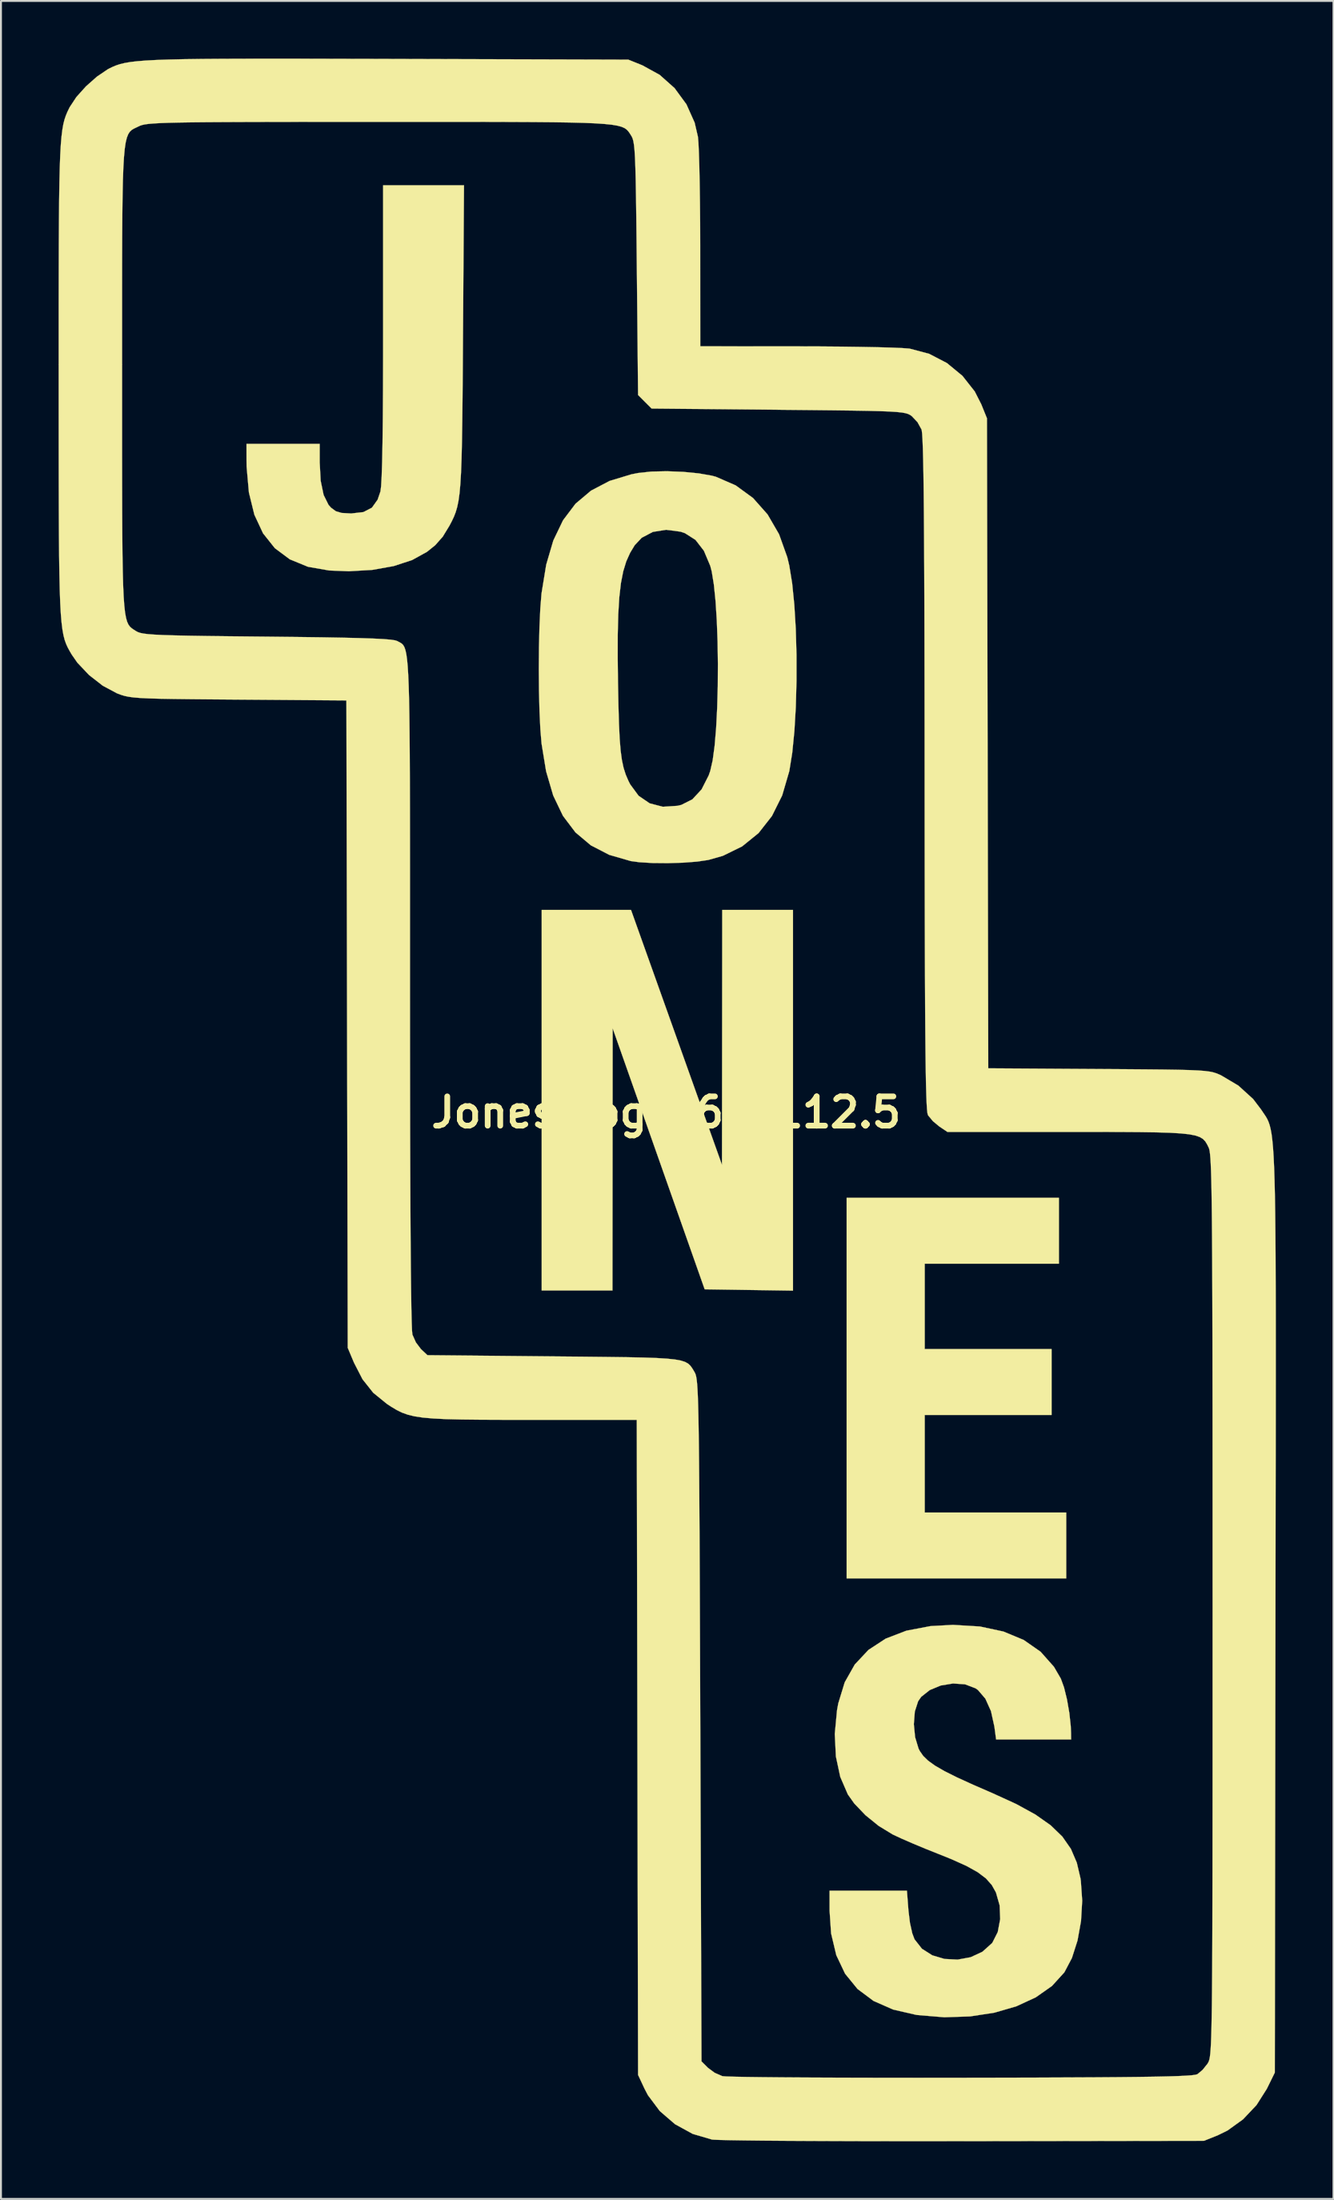
<source format=kicad_pcb>
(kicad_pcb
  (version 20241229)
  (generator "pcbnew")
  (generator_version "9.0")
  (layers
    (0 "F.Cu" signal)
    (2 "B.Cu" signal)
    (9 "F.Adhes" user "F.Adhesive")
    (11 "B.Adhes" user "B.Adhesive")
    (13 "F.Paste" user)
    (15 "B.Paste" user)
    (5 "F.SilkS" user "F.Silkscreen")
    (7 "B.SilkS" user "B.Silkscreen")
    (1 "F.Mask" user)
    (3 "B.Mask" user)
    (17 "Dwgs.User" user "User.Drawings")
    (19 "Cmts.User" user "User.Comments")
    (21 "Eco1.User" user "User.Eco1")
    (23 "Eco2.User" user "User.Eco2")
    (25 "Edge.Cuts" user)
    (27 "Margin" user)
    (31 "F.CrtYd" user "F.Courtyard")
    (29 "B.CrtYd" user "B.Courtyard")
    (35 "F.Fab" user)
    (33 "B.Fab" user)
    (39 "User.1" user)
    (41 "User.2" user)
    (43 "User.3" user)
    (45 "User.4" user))
  (footprint "Jones_logo_66x112.5"
    (layer "F.Cu")
    (at 31.626 54.855)
    (property "Reference" "Jones_logo_66x112.5" (at 0 0 0) (layer "F.SilkS") (effects (font (size 1.524 1.524) (thickness 0.3))))
    (attr through_hole)
    (fp_poly (pts (xy 20.447 7.874) (xy 13.462 7.874) (xy 13.462 12.319) (xy 20.066 12.319) (xy 20.066 15.748) (xy 13.462 15.748) (xy 13.462 20.828) (xy 20.828 20.828) (xy 20.828 24.257) (xy 9.398 24.257) (xy 9.398 4.445) (xy 20.447 4.445) (xy 20.447 7.874)) (stroke (width 0.01) (type solid)) (fill yes) (layer "F.SilkS"))
    (fp_poly (pts (xy 2.908 2.731) (xy 2.915 -3.905) (xy 2.921 -10.541) (xy 6.604 -10.541) (xy 6.604 9.277) (xy 4.305 9.242) (xy 2.007 9.207) (xy -0.388 2.413) (xy -2.783 -4.381) (xy -2.794 9.271) (xy -6.477 9.271) (xy -6.477 -10.541) (xy -1.828 -10.541) (xy 2.908 2.731)) (stroke (width 0.01) (type solid)) (fill yes) (layer "F.SilkS"))
    (fp_poly (pts (xy -10.575 -40.354) (xy -10.586 -38.664) (xy -10.598 -37.208) (xy -10.612 -35.965) (xy -10.628 -34.915) (xy -10.649 -34.037) (xy -10.676 -33.311) (xy -10.711 -32.717) (xy -10.754 -32.234) (xy -10.808 -31.841) (xy -10.874 -31.52) (xy -10.953 -31.248) (xy -11.047 -31.006) (xy -11.157 -30.773) (xy -11.277 -30.544) (xy -11.629 -29.967) (xy -12.017 -29.528) (xy -12.446 -29.182) (xy -13.22 -28.754) (xy -14.185 -28.438) (xy -15.298 -28.24) (xy -16.517 -28.169) (xy -17.536 -28.209) (xy -18.644 -28.402) (xy -19.589 -28.79) (xy -20.368 -29.37) (xy -20.983 -30.144) (xy -21.434 -31.111) (xy -21.719 -32.27) (xy -21.839 -33.622) (xy -21.843 -33.941) (xy -21.844 -34.798) (xy -18.034 -34.798) (xy -18.034 -33.838) (xy -17.983 -32.878) (xy -17.83 -32.142) (xy -17.572 -31.622) (xy -17.44 -31.475) (xy -17.195 -31.295) (xy -16.892 -31.205) (xy -16.44 -31.179) (xy -16.383 -31.178) (xy -15.759 -31.249) (xy -15.316 -31.478) (xy -15.018 -31.895) (xy -14.871 -32.325) (xy -14.837 -32.592) (xy -14.808 -33.103) (xy -14.783 -33.859) (xy -14.763 -34.862) (xy -14.748 -36.112) (xy -14.738 -37.613) (xy -14.733 -39.364) (xy -14.732 -40.569) (xy -14.732 -48.26) (xy -10.522 -48.26) (xy -10.575 -40.354)) (stroke (width 0.01) (type solid)) (fill yes) (layer "F.SilkS"))
    (fp_poly (pts (xy 0.891 -33.343) (xy 1.701 -33.264) (xy 2.382 -33.144) (xy 2.593 -33.087) (xy 3.626 -32.637) (xy 4.527 -31.978) (xy 5.282 -31.126) (xy 5.88 -30.095) (xy 6.307 -28.901) (xy 6.411 -28.466) (xy 6.561 -27.544) (xy 6.673 -26.426) (xy 6.749 -25.168) (xy 6.787 -23.826) (xy 6.787 -22.455) (xy 6.751 -21.11) (xy 6.677 -19.848) (xy 6.566 -18.724) (xy 6.417 -17.793) (xy 6.411 -17.762) (xy 6.043 -16.503) (xy 5.508 -15.428) (xy 4.811 -14.54) (xy 3.957 -13.848) (xy 2.953 -13.356) (xy 2.195 -13.141) (xy 1.619 -13.056) (xy 0.888 -13) (xy 0.087 -12.975) (xy -0.702 -12.982) (xy -1.394 -13.023) (xy -1.841 -13.084) (xy -2.962 -13.408) (xy -3.919 -13.903) (xy -4.72 -14.577) (xy -5.371 -15.438) (xy -5.878 -16.496) (xy -6.248 -17.758) (xy -6.484 -19.197) (xy -6.546 -19.943) (xy -6.591 -20.88) (xy -6.618 -21.944) (xy -6.627 -23.074) (xy -6.623 -23.597) (xy -2.52 -23.597) (xy -2.506 -22.381) (xy -2.483 -21.197) (xy -2.455 -20.234) (xy -2.419 -19.459) (xy -2.369 -18.84) (xy -2.302 -18.343) (xy -2.215 -17.936) (xy -2.103 -17.586) (xy -1.963 -17.26) (xy -1.873 -17.081) (xy -1.433 -16.482) (xy -0.856 -16.088) (xy -0.171 -15.91) (xy 0.597 -15.961) (xy 0.793 -16.008) (xy 1.366 -16.297) (xy 1.845 -16.813) (xy 2.216 -17.542) (xy 2.299 -17.78) (xy 2.424 -18.331) (xy 2.526 -19.091) (xy 2.604 -20.017) (xy 2.658 -21.065) (xy 2.689 -22.192) (xy 2.696 -23.353) (xy 2.679 -24.505) (xy 2.638 -25.605) (xy 2.574 -26.609) (xy 2.486 -27.474) (xy 2.375 -28.155) (xy 2.299 -28.448) (xy 1.966 -29.237) (xy 1.529 -29.802) (xy 0.978 -30.153) (xy 0.751 -30.229) (xy -0.002 -30.328) (xy -0.69 -30.218) (xy -1.27 -29.913) (xy -1.635 -29.525) (xy -1.877 -29.124) (xy -2.076 -28.68) (xy -2.233 -28.165) (xy -2.353 -27.553) (xy -2.438 -26.817) (xy -2.492 -25.93) (xy -2.519 -24.866) (xy -2.52 -23.597) (xy -6.623 -23.597) (xy -6.619 -24.206) (xy -6.593 -25.278) (xy -6.549 -26.227) (xy -6.488 -26.991) (xy -6.482 -27.04) (xy -6.242 -28.512) (xy -5.872 -29.77) (xy -5.366 -30.824) (xy -4.715 -31.686) (xy -3.91 -32.365) (xy -2.944 -32.871) (xy -1.808 -33.215) (xy -1.444 -33.286) (xy -0.769 -33.358) (xy 0.038 -33.376) (xy 0.891 -33.343)) (stroke (width 0.01) (type solid)) (fill yes) (layer "F.SilkS"))
    (fp_poly (pts (xy 16.331 26.759) (xy 17.56 27.022) (xy 18.616 27.461) (xy 19.494 28.074) (xy 20.189 28.857) (xy 20.548 29.474) (xy 20.715 29.934) (xy 20.868 30.56) (xy 20.99 31.261) (xy 21.064 31.949) (xy 21.078 32.29) (xy 21.082 32.639) (xy 17.178 32.639) (xy 17.089 31.972) (xy 16.911 31.164) (xy 16.618 30.515) (xy 16.23 30.063) (xy 16.106 29.976) (xy 15.561 29.769) (xy 14.936 29.726) (xy 14.301 29.83) (xy 13.726 30.067) (xy 13.28 30.419) (xy 13.118 30.652) (xy 12.946 31.188) (xy 12.895 31.845) (xy 12.961 32.52) (xy 13.14 33.113) (xy 13.204 33.239) (xy 13.381 33.494) (xy 13.636 33.742) (xy 13.995 34.001) (xy 14.485 34.285) (xy 15.134 34.61) (xy 15.968 34.991) (xy 16.995 35.438) (xy 18.224 36) (xy 19.223 36.548) (xy 20.016 37.106) (xy 20.625 37.695) (xy 21.072 38.337) (xy 21.379 39.054) (xy 21.57 39.87) (xy 21.589 39.998) (xy 21.66 41.031) (xy 21.599 42.089) (xy 21.416 43.106) (xy 21.125 44.015) (xy 20.736 44.753) (xy 20.727 44.766) (xy 20.086 45.471) (xy 19.245 46.062) (xy 18.234 46.529) (xy 17.083 46.863) (xy 15.821 47.056) (xy 14.481 47.1) (xy 13.091 46.985) (xy 13.022 46.976) (xy 11.817 46.699) (xy 10.797 46.25) (xy 9.963 45.627) (xy 9.317 44.834) (xy 8.859 43.87) (xy 8.589 42.737) (xy 8.51 41.561) (xy 8.509 40.513) (xy 12.535 40.513) (xy 12.615 41.548) (xy 12.693 42.188) (xy 12.814 42.731) (xy 12.93 43.04) (xy 13.317 43.534) (xy 13.856 43.876) (xy 14.494 44.065) (xy 15.177 44.099) (xy 15.851 43.975) (xy 16.464 43.691) (xy 16.962 43.245) (xy 16.988 43.21) (xy 17.264 42.663) (xy 17.391 41.99) (xy 17.362 41.276) (xy 17.171 40.607) (xy 17.17 40.603) (xy 16.952 40.215) (xy 16.646 39.871) (xy 16.219 39.548) (xy 15.635 39.223) (xy 14.862 38.875) (xy 14.199 38.608) (xy 13.515 38.335) (xy 12.841 38.054) (xy 12.249 37.796) (xy 11.815 37.594) (xy 11.784 37.578) (xy 11.065 37.139) (xy 10.376 36.581) (xy 9.795 35.973) (xy 9.46 35.501) (xy 9.066 34.59) (xy 8.838 33.527) (xy 8.78 32.353) (xy 8.897 31.113) (xy 8.962 30.76) (xy 9.297 29.665) (xy 9.821 28.737) (xy 10.533 27.978) (xy 11.429 27.392) (xy 12.507 26.978) (xy 13.765 26.739) (xy 14.934 26.675) (xy 16.331 26.759)) (stroke (width 0.01) (type solid)) (fill yes) (layer "F.SilkS"))
    (fp_poly (pts (xy -18.671 -54.849) (xy -16.783 -54.844) (xy -14.659 -54.839) (xy -14.415 -54.838) (xy -1.968 -54.8) (xy -1.239 -54.506) (xy -0.336 -54.009) (xy 0.44 -53.318) (xy 1.058 -52.475) (xy 1.485 -51.521) (xy 1.656 -50.783) (xy 1.682 -50.476) (xy 1.706 -49.948) (xy 1.728 -49.232) (xy 1.746 -48.362) (xy 1.761 -47.369) (xy 1.771 -46.288) (xy 1.775 -45.15) (xy 1.775 -44.926) (xy 1.778 -39.878) (xy 6.826 -39.875) (xy 7.97 -39.872) (xy 9.065 -39.863) (xy 10.078 -39.849) (xy 10.975 -39.832) (xy 11.723 -39.811) (xy 12.29 -39.787) (xy 12.643 -39.761) (xy 12.683 -39.756) (xy 13.692 -39.488) (xy 14.619 -39.006) (xy 15.425 -38.341) (xy 16.067 -37.527) (xy 16.406 -36.861) (xy 16.701 -36.132) (xy 16.735 -19.214) (xy 16.769 -2.296) (xy 22.513 -2.259) (xy 23.871 -2.25) (xy 24.999 -2.241) (xy 25.921 -2.232) (xy 26.662 -2.22) (xy 27.246 -2.204) (xy 27.697 -2.184) (xy 28.04 -2.158) (xy 28.298 -2.124) (xy 28.496 -2.082) (xy 28.658 -2.031) (xy 28.808 -1.968) (xy 28.882 -1.934) (xy 29.789 -1.396) (xy 30.557 -0.698) (xy 30.967 -0.159) (xy 31.061 -0.019) (xy 31.146 0.106) (xy 31.225 0.225) (xy 31.296 0.351) (xy 31.361 0.494) (xy 31.419 0.665) (xy 31.471 0.875) (xy 31.518 1.134) (xy 31.558 1.454) (xy 31.594 1.845) (xy 31.625 2.319) (xy 31.651 2.886) (xy 31.673 3.557) (xy 31.692 4.342) (xy 31.706 5.254) (xy 31.717 6.303) (xy 31.726 7.499) (xy 31.731 8.854) (xy 31.735 10.378) (xy 31.736 12.082) (xy 31.736 13.978) (xy 31.734 16.075) (xy 31.731 18.386) (xy 31.727 20.921) (xy 31.723 23.69) (xy 31.72 25.984) (xy 31.686 49.98) (xy 31.271 50.825) (xy 30.735 51.67) (xy 30.032 52.413) (xy 29.225 52.995) (xy 28.733 53.236) (xy 28.003 53.531) (xy 15.494 53.55) (xy 13.72 53.551) (xy 12.009 53.551) (xy 10.379 53.549) (xy 8.848 53.544) (xy 7.436 53.538) (xy 6.159 53.531) (xy 5.036 53.522) (xy 4.086 53.511) (xy 3.327 53.499) (xy 2.777 53.486) (xy 2.453 53.472) (xy 2.385 53.465) (xy 1.382 53.171) (xy 0.462 52.666) (xy -0.329 51.983) (xy -0.947 51.158) (xy -1.121 50.825) (xy -1.46 50.102) (xy -1.494 33.052) (xy -1.527 16.002) (xy -7.027 16.002) (xy -8.454 16.001) (xy -9.652 15.996) (xy -10.647 15.985) (xy -11.463 15.965) (xy -12.127 15.932) (xy -12.662 15.885) (xy -13.094 15.82) (xy -13.449 15.734) (xy -13.752 15.625) (xy -14.027 15.49) (xy -14.301 15.326) (xy -14.541 15.168) (xy -15.249 14.591) (xy -15.805 13.889) (xy -16.249 13.026) (xy -16.573 12.255) (xy -16.643 -21.446) (xy -22.26 -21.489) (xy -23.602 -21.5) (xy -24.715 -21.51) (xy -25.625 -21.521) (xy -26.355 -21.534) (xy -26.931 -21.551) (xy -27.378 -21.573) (xy -27.721 -21.601) (xy -27.985 -21.637) (xy -28.194 -21.681) (xy -28.375 -21.736) (xy -28.551 -21.802) (xy -28.601 -21.822) (xy -29.328 -22.212) (xy -30.04 -22.767) (xy -30.649 -23.41) (xy -30.947 -23.84) (xy -31.055 -24.026) (xy -31.151 -24.203) (xy -31.235 -24.387) (xy -31.309 -24.594) (xy -31.372 -24.84) (xy -31.426 -25.139) (xy -31.472 -25.509) (xy -31.51 -25.964) (xy -31.541 -26.52) (xy -31.565 -27.192) (xy -31.584 -27.997) (xy -31.598 -28.951) (xy -31.608 -30.067) (xy -31.614 -31.364) (xy -31.618 -32.855) (xy -31.62 -34.557) (xy -31.621 -36.485) (xy -31.621 -38.125) (xy -31.621 -40.233) (xy -31.621 -40.917) (xy -28.321 -40.917) (xy -28.321 -38.923) (xy -28.321 -38.191) (xy -28.321 -36.119) (xy -28.321 -34.286) (xy -28.319 -32.677) (xy -28.316 -31.276) (xy -28.31 -30.068) (xy -28.3 -29.038) (xy -28.285 -28.172) (xy -28.266 -27.453) (xy -28.24 -26.867) (xy -28.207 -26.398) (xy -28.167 -26.031) (xy -28.117 -25.752) (xy -28.059 -25.544) (xy -27.99 -25.393) (xy -27.91 -25.284) (xy -27.818 -25.201) (xy -27.714 -25.129) (xy -27.607 -25.061) (xy -27.513 -25.008) (xy -27.389 -24.964) (xy -27.214 -24.927) (xy -26.966 -24.896) (xy -26.623 -24.87) (xy -26.164 -24.848) (xy -25.568 -24.83) (xy -24.812 -24.814) (xy -23.876 -24.799) (xy -22.737 -24.785) (xy -21.375 -24.771) (xy -20.77 -24.765) (xy -19.223 -24.748) (xy -17.913 -24.731) (xy -16.824 -24.711) (xy -15.939 -24.69) (xy -15.241 -24.666) (xy -14.714 -24.639) (xy -14.342 -24.608) (xy -14.107 -24.573) (xy -14.003 -24.539) (xy -13.91 -24.49) (xy -13.826 -24.446) (xy -13.751 -24.394) (xy -13.684 -24.323) (xy -13.624 -24.218) (xy -13.572 -24.069) (xy -13.526 -23.862) (xy -13.487 -23.584) (xy -13.453 -23.224) (xy -13.425 -22.768) (xy -13.401 -22.204) (xy -13.382 -21.52) (xy -13.367 -20.703) (xy -13.356 -19.74) (xy -13.347 -18.619) (xy -13.341 -17.327) (xy -13.337 -15.852) (xy -13.335 -14.181) (xy -13.334 -12.301) (xy -13.334 -10.201) (xy -13.334 -7.867) (xy -13.334 -6.261) (xy -13.333 -3.592) (xy -13.33 -1.121) (xy -13.326 1.147) (xy -13.319 3.206) (xy -13.311 5.051) (xy -13.301 6.677) (xy -13.29 8.08) (xy -13.276 9.254) (xy -13.262 10.194) (xy -13.245 10.896) (xy -13.228 11.354) (xy -13.208 11.563) (xy -13.207 11.566) (xy -13.026 11.971) (xy -12.763 12.32) (xy -12.754 12.328) (xy -12.426 12.636) (xy -5.864 12.7) (xy -4.368 12.714) (xy -3.105 12.728) (xy -2.054 12.742) (xy -1.194 12.76) (xy -0.503 12.784) (xy 0.039 12.817) (xy 0.454 12.86) (xy 0.763 12.916) (xy 0.986 12.987) (xy 1.146 13.076) (xy 1.263 13.185) (xy 1.358 13.316) (xy 1.452 13.472) (xy 1.477 13.515) (xy 1.511 13.577) (xy 1.541 13.658) (xy 1.568 13.769) (xy 1.592 13.923) (xy 1.614 14.134) (xy 1.633 14.413) (xy 1.651 14.774) (xy 1.666 15.229) (xy 1.68 15.791) (xy 1.692 16.472) (xy 1.704 17.285) (xy 1.714 18.243) (xy 1.723 19.358) (xy 1.731 20.643) (xy 1.74 22.111) (xy 1.748 23.775) (xy 1.756 25.646) (xy 1.764 27.738) (xy 1.772 30.064) (xy 1.778 31.652) (xy 1.841 49.397) (xy 2.175 49.73) (xy 2.528 49.991) (xy 2.923 50.163) (xy 2.937 50.166) (xy 3.123 50.181) (xy 3.546 50.194) (xy 4.186 50.207) (xy 5.025 50.218) (xy 6.044 50.228) (xy 7.226 50.236) (xy 8.552 50.242) (xy 10.003 50.247) (xy 11.562 50.25) (xy 13.21 50.251) (xy 14.928 50.249) (xy 15.367 50.249) (xy 17.456 50.245) (xy 19.304 50.24) (xy 20.926 50.233) (xy 22.334 50.226) (xy 23.543 50.217) (xy 24.566 50.206) (xy 25.416 50.193) (xy 26.107 50.178) (xy 26.653 50.161) (xy 27.068 50.141) (xy 27.364 50.119) (xy 27.556 50.093) (xy 27.657 50.064) (xy 27.661 50.062) (xy 27.928 49.838) (xy 28.183 49.518) (xy 28.2 49.49) (xy 28.23 49.436) (xy 28.258 49.371) (xy 28.283 49.282) (xy 28.306 49.161) (xy 28.327 48.994) (xy 28.345 48.772) (xy 28.362 48.483) (xy 28.376 48.116) (xy 28.389 47.661) (xy 28.4 47.106) (xy 28.41 46.441) (xy 28.418 45.654) (xy 28.425 44.734) (xy 28.431 43.671) (xy 28.436 42.453) (xy 28.439 41.07) (xy 28.442 39.51) (xy 28.444 37.763) (xy 28.446 35.817) (xy 28.447 33.662) (xy 28.447 31.286) (xy 28.447 28.679) (xy 28.448 25.83) (xy 28.448 25.673) (xy 28.447 22.789) (xy 28.447 20.149) (xy 28.446 17.741) (xy 28.445 15.554) (xy 28.442 13.579) (xy 28.44 11.803) (xy 28.436 10.217) (xy 28.431 8.809) (xy 28.426 7.569) (xy 28.419 6.486) (xy 28.411 5.549) (xy 28.402 4.747) (xy 28.392 4.069) (xy 28.38 3.506) (xy 28.366 3.045) (xy 28.351 2.677) (xy 28.334 2.389) (xy 28.315 2.173) (xy 28.295 2.016) (xy 28.272 1.908) (xy 28.248 1.839) (xy 28.161 1.661) (xy 28.068 1.51) (xy 27.95 1.385) (xy 27.784 1.283) (xy 27.551 1.202) (xy 27.228 1.139) (xy 26.796 1.093) (xy 26.232 1.059) (xy 25.517 1.038) (xy 24.629 1.025) (xy 23.547 1.018) (xy 22.251 1.016) (xy 20.923 1.016) (xy 14.643 1.016) (xy 14.213 0.726) (xy 13.891 0.458) (xy 13.651 0.17) (xy 13.624 0.123) (xy 13.601 0.027) (xy 13.58 -0.172) (xy 13.561 -0.484) (xy 13.544 -0.92) (xy 13.528 -1.491) (xy 13.515 -2.207) (xy 13.503 -3.078) (xy 13.493 -4.116) (xy 13.484 -5.331) (xy 13.477 -6.734) (xy 13.471 -8.334) (xy 13.466 -10.143) (xy 13.462 -12.172) (xy 13.459 -14.43) (xy 13.457 -16.929) (xy 13.457 -17.653) (xy 13.455 -20.271) (xy 13.452 -22.644) (xy 13.448 -24.783) (xy 13.443 -26.696) (xy 13.436 -28.393) (xy 13.428 -29.883) (xy 13.419 -31.176) (xy 13.408 -32.282) (xy 13.396 -33.21) (xy 13.381 -33.969) (xy 13.365 -34.569) (xy 13.347 -35.02) (xy 13.328 -35.33) (xy 13.306 -35.51) (xy 13.296 -35.548) (xy 13.085 -35.93) (xy 12.789 -36.244) (xy 12.786 -36.247) (xy 12.7 -36.306) (xy 12.6 -36.356) (xy 12.465 -36.397) (xy 12.274 -36.432) (xy 12.004 -36.46) (xy 11.634 -36.484) (xy 11.143 -36.503) (xy 10.51 -36.519) (xy 9.712 -36.533) (xy 8.729 -36.546) (xy 7.538 -36.559) (xy 6.119 -36.573) (xy 5.836 -36.576) (xy -0.757 -36.639) (xy -1.109 -36.991) (xy -1.46 -37.343) (xy -1.524 -43.919) (xy -1.539 -45.387) (xy -1.553 -46.622) (xy -1.567 -47.646) (xy -1.582 -48.481) (xy -1.599 -49.147) (xy -1.619 -49.666) (xy -1.642 -50.059) (xy -1.671 -50.349) (xy -1.705 -50.555) (xy -1.745 -50.7) (xy -1.793 -50.805) (xy -1.82 -50.848) (xy -1.894 -50.965) (xy -1.967 -51.068) (xy -2.052 -51.159) (xy -2.164 -51.238) (xy -2.32 -51.306) (xy -2.533 -51.363) (xy -2.82 -51.412) (xy -3.196 -51.451) (xy -3.675 -51.484) (xy -4.273 -51.509) (xy -5.005 -51.528) (xy -5.886 -51.542) (xy -6.931 -51.551) (xy -8.156 -51.557) (xy -9.576 -51.561) (xy -11.206 -51.562) (xy -13.06 -51.562) (xy -14.95 -51.562) (xy -16.976 -51.562) (xy -18.764 -51.561) (xy -20.329 -51.559) (xy -21.687 -51.556) (xy -22.852 -51.551) (xy -23.842 -51.545) (xy -24.67 -51.537) (xy -25.354 -51.526) (xy -25.908 -51.513) (xy -26.348 -51.497) (xy -26.689 -51.477) (xy -26.947 -51.455) (xy -27.138 -51.429) (xy -27.277 -51.398) (xy -27.379 -51.364) (xy -27.432 -51.34) (xy -27.577 -51.271) (xy -27.706 -51.21) (xy -27.819 -51.141) (xy -27.917 -51.05) (xy -28.001 -50.92) (xy -28.073 -50.737) (xy -28.134 -50.486) (xy -28.183 -50.152) (xy -28.223 -49.72) (xy -28.255 -49.174) (xy -28.279 -48.5) (xy -28.296 -47.683) (xy -28.308 -46.707) (xy -28.316 -45.557) (xy -28.32 -44.219) (xy -28.321 -42.678) (xy -28.321 -40.917) (xy -31.621 -40.917) (xy -31.621 -42.103) (xy -31.618 -43.75) (xy -31.614 -45.19) (xy -31.607 -46.439) (xy -31.597 -47.513) (xy -31.583 -48.427) (xy -31.564 -49.198) (xy -31.54 -49.84) (xy -31.51 -50.371) (xy -31.473 -50.805) (xy -31.429 -51.158) (xy -31.378 -51.446) (xy -31.318 -51.684) (xy -31.248 -51.89) (xy -31.17 -52.077) (xy -31.08 -52.263) (xy -31.048 -52.327) (xy -30.701 -52.853) (xy -30.202 -53.409) (xy -29.629 -53.917) (xy -29.062 -54.301) (xy -28.993 -54.337) (xy -28.816 -54.423) (xy -28.633 -54.5) (xy -28.428 -54.567) (xy -28.186 -54.625) (xy -27.891 -54.676) (xy -27.528 -54.718) (xy -27.082 -54.754) (xy -26.538 -54.783) (xy -25.879 -54.806) (xy -25.091 -54.824) (xy -24.158 -54.837) (xy -23.065 -54.845) (xy -21.796 -54.849) (xy -20.336 -54.85) (xy -18.671 -54.849)) (stroke (width 0.01) (type solid)) (fill yes) (layer "F.SilkS")))
  (gr_rect
    (start -3 -3)
    (end 66.367 111.412)
    (stroke (width 0.1) (type default))
    (fill no)
    (layer "Edge.Cuts")))
</source>
